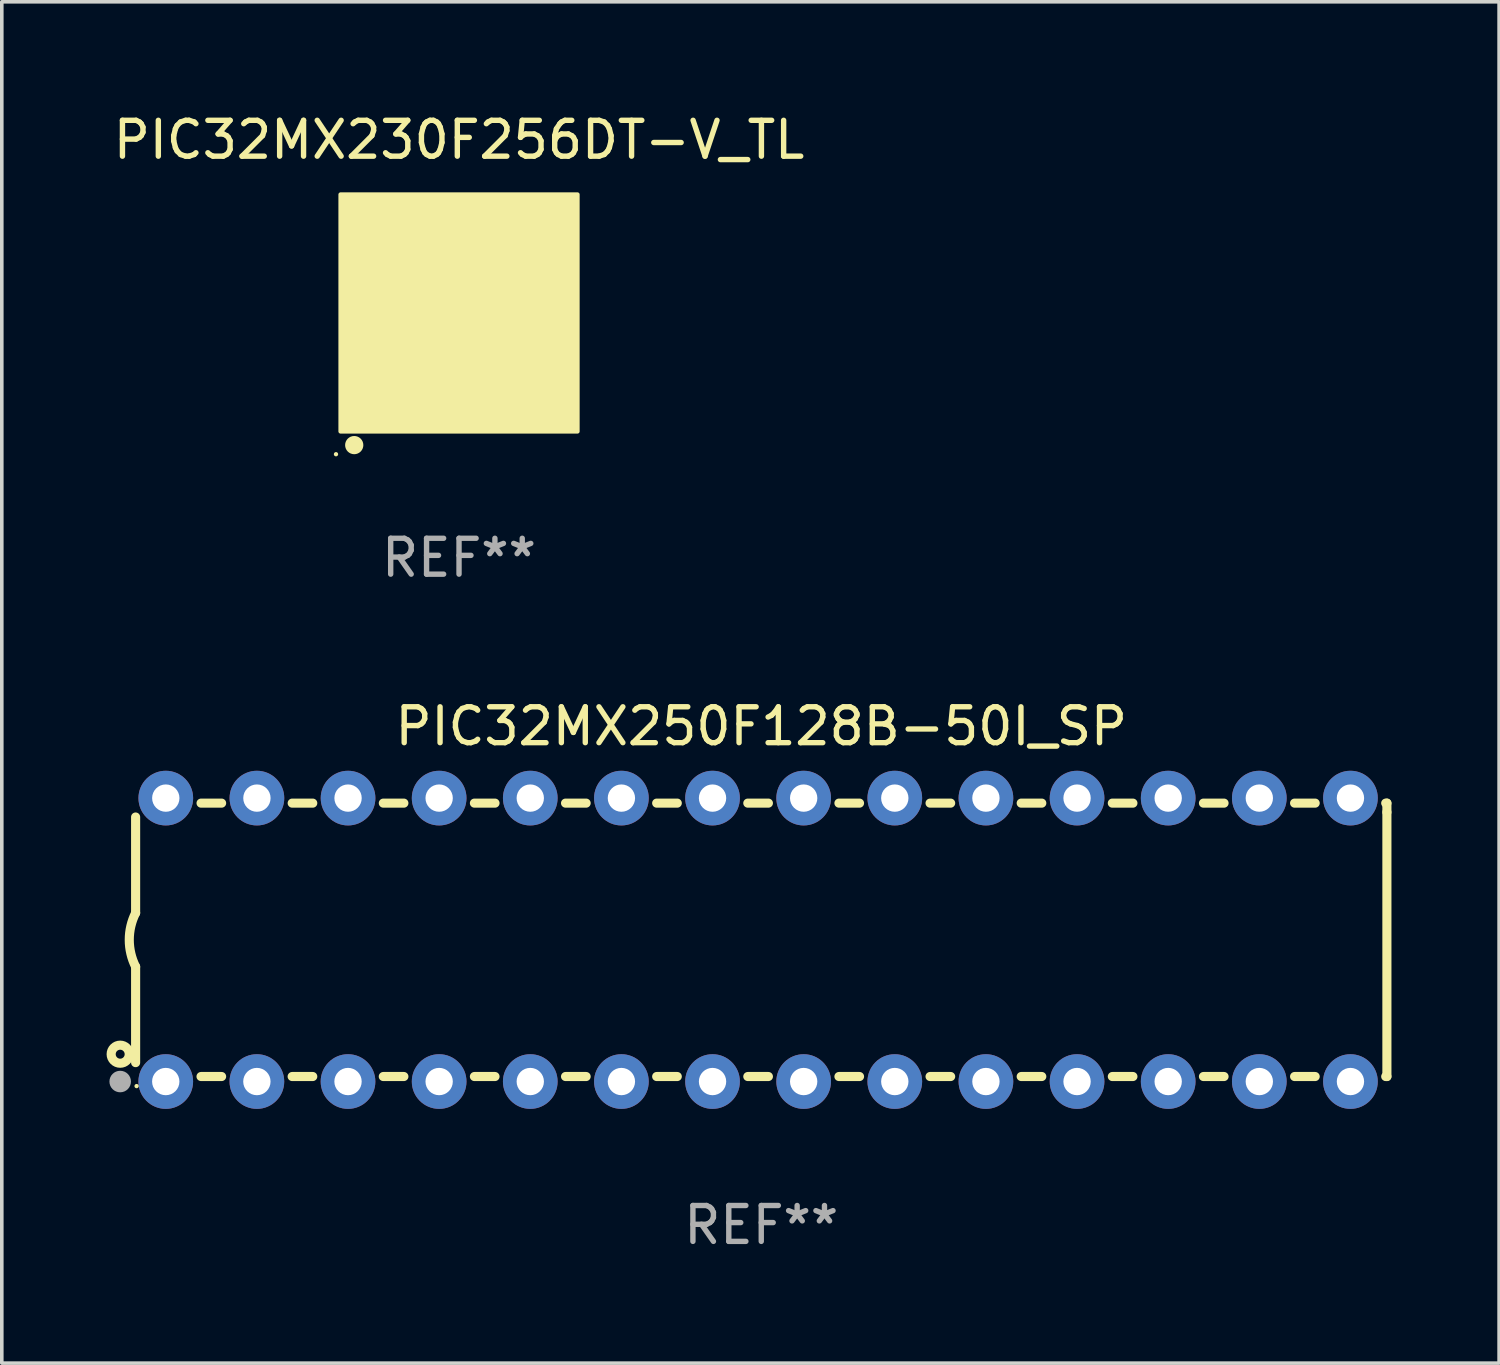
<source format=kicad_pcb>
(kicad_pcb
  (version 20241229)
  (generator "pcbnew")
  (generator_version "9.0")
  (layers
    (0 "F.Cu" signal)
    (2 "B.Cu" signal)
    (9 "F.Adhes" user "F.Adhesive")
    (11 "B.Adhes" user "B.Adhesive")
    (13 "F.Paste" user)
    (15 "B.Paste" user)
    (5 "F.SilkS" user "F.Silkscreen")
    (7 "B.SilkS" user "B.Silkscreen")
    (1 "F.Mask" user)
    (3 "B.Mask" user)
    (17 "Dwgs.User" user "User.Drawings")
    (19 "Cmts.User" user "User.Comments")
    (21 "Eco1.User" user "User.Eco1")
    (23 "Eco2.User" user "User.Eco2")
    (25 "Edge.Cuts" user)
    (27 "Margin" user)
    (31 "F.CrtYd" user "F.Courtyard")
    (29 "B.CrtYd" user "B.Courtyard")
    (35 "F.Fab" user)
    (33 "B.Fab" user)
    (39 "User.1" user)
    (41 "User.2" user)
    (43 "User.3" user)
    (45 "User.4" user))
  (footprint "PIC32MX230F256DT-V_TL"
    (layer "F.Cu")
    (at 9.744 5.673)
    (property "Reference" "PIC32MX230F256DT-V_TL" (at 0 -4.825 0) (layer "F.SilkS") (effects (font (size 1 1) (thickness 0.15))))
    (attr through_hole)
    (fp_circle (center -3.429 3.937) (end -3.399 3.937) (stroke (width 0.06) (type solid)) (fill no) (layer "F.SilkS"))
    (fp_circle (center -2.921 3.683) (end -2.794 3.683) (stroke (width 0.254) (type solid)) (fill no) (layer "F.SilkS"))
    (fp_poly (pts (xy -3.302 -3.302) (xy 3.302 -3.302) (xy 3.302 3.302) (xy -3.302 3.302)) (stroke (width 0.12) (type solid)) (fill yes) (layer "F.SilkS"))
    (fp_text user "REF**" (at 0 6.825 0) (layer "F.Fab") (effects (font (size 1 1) (thickness 0.15))))
    (pad "1" smd rect (at -2.25 2.825) (size 0.3 0.45) (layers "F.Cu" "F.Mask" "F.Paste"))
    (pad "2" smd rect (at -1.75 2.825) (size 0.3 0.45) (layers "F.Cu" "F.Mask" "F.Paste"))
    (pad "3" smd rect (at -1.25 2.825) (size 0.3 0.45) (layers "F.Cu" "F.Mask" "F.Paste"))
    (pad "4" smd rect (at -0.75 2.825) (size 0.3 0.45) (layers "F.Cu" "F.Mask" "F.Paste"))
    (pad "5" smd rect (at -0.25 2.825) (size 0.3 0.45) (layers "F.Cu" "F.Mask" "F.Paste"))
    (pad "6" smd rect (at 0.25 2.825) (size 0.3 0.45) (layers "F.Cu" "F.Mask" "F.Paste"))
    (pad "7" smd rect (at 0.75 2.825) (size 0.3 0.45) (layers "F.Cu" "F.Mask" "F.Paste"))
    (pad "8" smd rect (at 1.25 2.825) (size 0.3 0.45) (layers "F.Cu" "F.Mask" "F.Paste"))
    (pad "9" smd rect (at 1.75 2.825) (size 0.3 0.45) (layers "F.Cu" "F.Mask" "F.Paste"))
    (pad "10" smd rect (at 2.25 2.825) (size 0.3 0.45) (layers "F.Cu" "F.Mask" "F.Paste"))
    (pad "11" smd rect (at 2.825 2.825 90) (size 0.45 0.45) (layers "F.Cu" "F.Mask" "F.Paste"))
    (pad "12" smd rect (at 2.825 2.25 90) (size 0.3 0.45) (layers "F.Cu" "F.Mask" "F.Paste"))
    (pad "13" smd rect (at 2.825 1.75 90) (size 0.3 0.45) (layers "F.Cu" "F.Mask" "F.Paste"))
    (pad "14" smd rect (at 2.825 1.25 90) (size 0.3 0.45) (layers "F.Cu" "F.Mask" "F.Paste"))
    (pad "15" smd rect (at 2.825 0.75 90) (size 0.3 0.45) (layers "F.Cu" "F.Mask" "F.Paste"))
    (pad "16" smd rect (at 2.825 0.25 90) (size 0.3 0.45) (layers "F.Cu" "F.Mask" "F.Paste"))
    (pad "17" smd rect (at 2.825 -0.25 90) (size 0.3 0.45) (layers "F.Cu" "F.Mask" "F.Paste"))
    (pad "18" smd rect (at 2.825 -0.75 90) (size 0.3 0.45) (layers "F.Cu" "F.Mask" "F.Paste"))
    (pad "19" smd rect (at 2.825 -1.25 90) (size 0.3 0.45) (layers "F.Cu" "F.Mask" "F.Paste"))
    (pad "20" smd rect (at 2.825 -1.75 90) (size 0.3 0.45) (layers "F.Cu" "F.Mask" "F.Paste"))
    (pad "21" smd rect (at 2.825 -2.25 90) (size 0.3 0.45) (layers "F.Cu" "F.Mask" "F.Paste"))
    (pad "22" smd rect (at 2.825 -2.825 90) (size 0.45 0.45) (layers "F.Cu" "F.Mask" "F.Paste"))
    (pad "23" smd rect (at 2.25 -2.825) (size 0.3 0.45) (layers "F.Cu" "F.Mask" "F.Paste"))
    (pad "24" smd rect (at 1.75 -2.825) (size 0.3 0.45) (layers "F.Cu" "F.Mask" "F.Paste"))
    (pad "25" smd rect (at 1.25 -2.825) (size 0.3 0.45) (layers "F.Cu" "F.Mask" "F.Paste"))
    (pad "26" smd rect (at 0.75 -2.825) (size 0.3 0.45) (layers "F.Cu" "F.Mask" "F.Paste"))
    (pad "27" smd rect (at 0.25 -2.825) (size 0.3 0.45) (layers "F.Cu" "F.Mask" "F.Paste"))
    (pad "28" smd rect (at -0.25 -2.825) (size 0.3 0.45) (layers "F.Cu" "F.Mask" "F.Paste"))
    (pad "29" smd rect (at -0.75 -2.825) (size 0.3 0.45) (layers "F.Cu" "F.Mask" "F.Paste"))
    (pad "30" smd rect (at -1.25 -2.825) (size 0.3 0.45) (layers "F.Cu" "F.Mask" "F.Paste"))
    (pad "31" smd rect (at -1.75 -2.825) (size 0.3 0.45) (layers "F.Cu" "F.Mask" "F.Paste"))
    (pad "32" smd rect (at -2.25 -2.825) (size 0.3 0.45) (layers "F.Cu" "F.Mask" "F.Paste"))
    (pad "33" smd rect (at -2.825 -2.825 90) (size 0.45 0.45) (layers "F.Cu" "F.Mask" "F.Paste"))
    (pad "34" smd rect (at -2.825 -2.25 90) (size 0.3 0.45) (layers "F.Cu" "F.Mask" "F.Paste"))
    (pad "35" smd rect (at -2.825 -1.75 90) (size 0.3 0.45) (layers "F.Cu" "F.Mask" "F.Paste"))
    (pad "36" smd rect (at -2.825 -1.25 90) (size 0.3 0.45) (layers "F.Cu" "F.Mask" "F.Paste"))
    (pad "37" smd rect (at -2.825 -0.75 90) (size 0.3 0.45) (layers "F.Cu" "F.Mask" "F.Paste"))
    (pad "38" smd rect (at -2.825 -0.25 90) (size 0.3 0.45) (layers "F.Cu" "F.Mask" "F.Paste"))
    (pad "39" smd rect (at -2.825 0.25 90) (size 0.3 0.45) (layers "F.Cu" "F.Mask" "F.Paste"))
    (pad "40" smd rect (at -2.825 0.75 90) (size 0.3 0.45) (layers "F.Cu" "F.Mask" "F.Paste"))
    (pad "41" smd rect (at -2.825 1.25 90) (size 0.3 0.45) (layers "F.Cu" "F.Mask" "F.Paste"))
    (pad "42" smd rect (at -2.825 1.75 90) (size 0.3 0.45) (layers "F.Cu" "F.Mask" "F.Paste"))
    (pad "43" smd rect (at -2.825 2.25 90) (size 0.3 0.45) (layers "F.Cu" "F.Mask" "F.Paste"))
    (pad "44" smd rect (at -2.825 2.825 90) (size 0.45 0.45) (layers "F.Cu" "F.Mask" "F.Paste"))
    (pad "45" smd rect (at 0 0 90) (size 4.6 4.6) (layers "F.Cu" "F.Mask" "F.Paste")))
  (footprint "PIC32MX250F128B-50I_SP"
    (layer "F.Cu")
    (at 18.168 23.145)
    (property "Reference" "PIC32MX250F128B-50I_SP" (at 0 -5.95 0) (layer "F.SilkS") (effects (font (size 1 1) (thickness 0.15))))
    (attr through_hole)
    (fp_line (start -17.438 0.75) (end -17.438 3.423) (stroke (width 0.254) (type solid)) (layer "F.SilkS"))
    (fp_line (start -17.438 -3.423) (end -17.438 -0.75) (stroke (width 0.254) (type solid)) (layer "F.SilkS"))
    (fp_line (start -15.615 3.81) (end -15.041 3.81) (stroke (width 0.254) (type solid)) (layer "F.SilkS"))
    (fp_line (start -15.041 -3.81) (end -15.614 -3.81) (stroke (width 0.254) (type solid)) (layer "F.SilkS"))
    (fp_line (start -13.075 3.81) (end -12.501 3.81) (stroke (width 0.254) (type solid)) (layer "F.SilkS"))
    (fp_line (start -12.501 -3.81) (end -13.074 -3.81) (stroke (width 0.254) (type solid)) (layer "F.SilkS"))
    (fp_line (start -10.535 3.81) (end -9.961 3.81) (stroke (width 0.254) (type solid)) (layer "F.SilkS"))
    (fp_line (start -9.961 -3.81) (end -10.534 -3.81) (stroke (width 0.254) (type solid)) (layer "F.SilkS"))
    (fp_line (start -7.995 3.81) (end -7.421 3.81) (stroke (width 0.254) (type solid)) (layer "F.SilkS"))
    (fp_line (start -7.421 -3.81) (end -7.995 -3.81) (stroke (width 0.254) (type solid)) (layer "F.SilkS"))
    (fp_line (start -5.455 3.81) (end -4.881 3.81) (stroke (width 0.254) (type solid)) (layer "F.SilkS"))
    (fp_line (start -4.881 -3.81) (end -5.455 -3.81) (stroke (width 0.254) (type solid)) (layer "F.SilkS"))
    (fp_line (start -2.915 3.81) (end -2.341 3.81) (stroke (width 0.254) (type solid)) (layer "F.SilkS"))
    (fp_line (start -2.341 -3.81) (end -2.915 -3.81) (stroke (width 0.254) (type solid)) (layer "F.SilkS"))
    (fp_line (start -0.375 3.81) (end 0.199 3.81) (stroke (width 0.254) (type solid)) (layer "F.SilkS"))
    (fp_line (start 0.199 -3.81) (end -0.375 -3.81) (stroke (width 0.254) (type solid)) (layer "F.SilkS"))
    (fp_line (start 2.165 3.81) (end 2.739 3.81) (stroke (width 0.254) (type solid)) (layer "F.SilkS"))
    (fp_line (start 2.739 -3.81) (end 2.165 -3.81) (stroke (width 0.254) (type solid)) (layer "F.SilkS"))
    (fp_line (start 4.705 3.81) (end 5.279 3.81) (stroke (width 0.254) (type solid)) (layer "F.SilkS"))
    (fp_line (start 5.279 -3.81) (end 4.705 -3.81) (stroke (width 0.254) (type solid)) (layer "F.SilkS"))
    (fp_line (start 7.245 3.81) (end 7.819 3.81) (stroke (width 0.254) (type solid)) (layer "F.SilkS"))
    (fp_line (start 7.819 -3.81) (end 7.245 -3.81) (stroke (width 0.254) (type solid)) (layer "F.SilkS"))
    (fp_line (start 9.785 3.81) (end 10.359 3.81) (stroke (width 0.254) (type solid)) (layer "F.SilkS"))
    (fp_line (start 10.359 -3.81) (end 9.785 -3.81) (stroke (width 0.254) (type solid)) (layer "F.SilkS"))
    (fp_line (start 12.325 3.81) (end 12.899 3.81) (stroke (width 0.254) (type solid)) (layer "F.SilkS"))
    (fp_line (start 12.899 -3.81) (end 12.325 -3.81) (stroke (width 0.254) (type solid)) (layer "F.SilkS"))
    (fp_line (start 14.865 3.81) (end 15.439 3.81) (stroke (width 0.254) (type solid)) (layer "F.SilkS"))
    (fp_line (start 15.439 -3.81) (end 14.865 -3.81) (stroke (width 0.254) (type solid)) (layer "F.SilkS"))
    (fp_line (start 17.405 3.81) (end 17.438 3.81) (stroke (width 0.254) (type solid)) (layer "F.SilkS"))
    (fp_line (start 17.438 -3.81) (end 17.405 -3.81) (stroke (width 0.254) (type solid)) (layer "F.SilkS"))
    (fp_line (start 17.438 -3.556) (end 17.438 -3.81) (stroke (width 0.254) (type solid)) (layer "F.SilkS"))
    (fp_line (start 17.438 3.81) (end 17.438 -3.556) (stroke (width 0.254) (type solid)) (layer "F.SilkS"))
    (fp_arc (start -17.437986 0.749657) (mid -17.614887 -0.000024) (end -17.437783 -0.749657) (stroke (width 0.254001) (type solid)) (layer "F.SilkS"))
    (fp_circle (center -17.868 3.188) (end -17.743 3.188) (stroke (width 0.254) (type solid)) (fill no) (layer "F.SilkS"))
    (fp_circle (center -17.411 4.077) (end -17.381 4.077) (stroke (width 0.06) (type solid)) (fill no) (layer "F.SilkS"))
    (fp_circle (center -17.868 3.95) (end -17.718 3.95) (stroke (width 0.3) (type solid)) (fill no) (layer "F.Fab"))
    (fp_text user "REF**" (at 0 7.95 0) (layer "F.Fab") (effects (font (size 1 1) (thickness 0.15))))
    (pad "1" thru_hole circle (at -16.598 3.95) (size 1.524 1.524) (drill 0.762) (layers "*.Cu" "*.Mask"))
    (pad "2" thru_hole circle (at -14.058 3.95) (size 1.524 1.524) (drill 0.762) (layers "*.Cu" "*.Mask"))
    (pad "3" thru_hole circle (at -11.518 3.95) (size 1.524 1.524) (drill 0.762) (layers "*.Cu" "*.Mask"))
    (pad "4" thru_hole circle (at -8.978 3.95) (size 1.524 1.524) (drill 0.762) (layers "*.Cu" "*.Mask"))
    (pad "5" thru_hole circle (at -6.438 3.95) (size 1.524 1.524) (drill 0.762) (layers "*.Cu" "*.Mask"))
    (pad "6" thru_hole circle (at -3.898 3.95) (size 1.524 1.524) (drill 0.762) (layers "*.Cu" "*.Mask"))
    (pad "7" thru_hole circle (at -1.358 3.95) (size 1.524 1.524) (drill 0.762) (layers "*.Cu" "*.Mask"))
    (pad "8" thru_hole circle (at 1.182 3.95) (size 1.524 1.524) (drill 0.762) (layers "*.Cu" "*.Mask"))
    (pad "9" thru_hole circle (at 3.722 3.95) (size 1.524 1.524) (drill 0.762) (layers "*.Cu" "*.Mask"))
    (pad "10" thru_hole circle (at 6.262 3.95) (size 1.524 1.524) (drill 0.762) (layers "*.Cu" "*.Mask"))
    (pad "11" thru_hole circle (at 8.802 3.95) (size 1.524 1.524) (drill 0.762) (layers "*.Cu" "*.Mask"))
    (pad "12" thru_hole circle (at 11.342 3.95) (size 1.524 1.524) (drill 0.762) (layers "*.Cu" "*.Mask"))
    (pad "13" thru_hole circle (at 13.882 3.95) (size 1.524 1.524) (drill 0.762) (layers "*.Cu" "*.Mask"))
    (pad "14" thru_hole circle (at 16.422 3.95) (size 1.524 1.524) (drill 0.762) (layers "*.Cu" "*.Mask"))
    (pad "15" thru_hole circle (at 16.422 -3.95) (size 1.524 1.524) (drill 0.762) (layers "*.Cu" "*.Mask"))
    (pad "16" thru_hole circle (at 13.882 -3.95) (size 1.524 1.524) (drill 0.762) (layers "*.Cu" "*.Mask"))
    (pad "17" thru_hole circle (at 11.342 -3.95) (size 1.524 1.524) (drill 0.762) (layers "*.Cu" "*.Mask"))
    (pad "18" thru_hole circle (at 8.802 -3.95) (size 1.524 1.524) (drill 0.762) (layers "*.Cu" "*.Mask"))
    (pad "19" thru_hole circle (at 6.262 -3.95) (size 1.524 1.524) (drill 0.762) (layers "*.Cu" "*.Mask"))
    (pad "20" thru_hole circle (at 3.722 -3.95) (size 1.524 1.524) (drill 0.762) (layers "*.Cu" "*.Mask"))
    (pad "21" thru_hole circle (at 1.182 -3.95) (size 1.524 1.524) (drill 0.762) (layers "*.Cu" "*.Mask"))
    (pad "22" thru_hole circle (at -1.358 -3.95) (size 1.524 1.524) (drill 0.762) (layers "*.Cu" "*.Mask"))
    (pad "23" thru_hole circle (at -3.898 -3.95) (size 1.524 1.524) (drill 0.762) (layers "*.Cu" "*.Mask"))
    (pad "24" thru_hole circle (at -6.438 -3.95) (size 1.524 1.524) (drill 0.762) (layers "*.Cu" "*.Mask"))
    (pad "25" thru_hole circle (at -8.978 -3.95) (size 1.524 1.524) (drill 0.762) (layers "*.Cu" "*.Mask"))
    (pad "26" thru_hole circle (at -11.517 -3.95) (size 1.524 1.524) (drill 0.762) (layers "*.Cu" "*.Mask"))
    (pad "27" thru_hole circle (at -14.057 -3.95) (size 1.524 1.524) (drill 0.762) (layers "*.Cu" "*.Mask"))
    (pad "28" thru_hole circle (at -16.597 -3.95) (size 1.524 1.524) (drill 0.762) (layers "*.Cu" "*.Mask")))
  (gr_rect
    (start -3 -3)
    (end 38.733 34.943)
    (stroke (width 0.1) (type default))
    (fill no)
    (layer "Edge.Cuts")))
</source>
